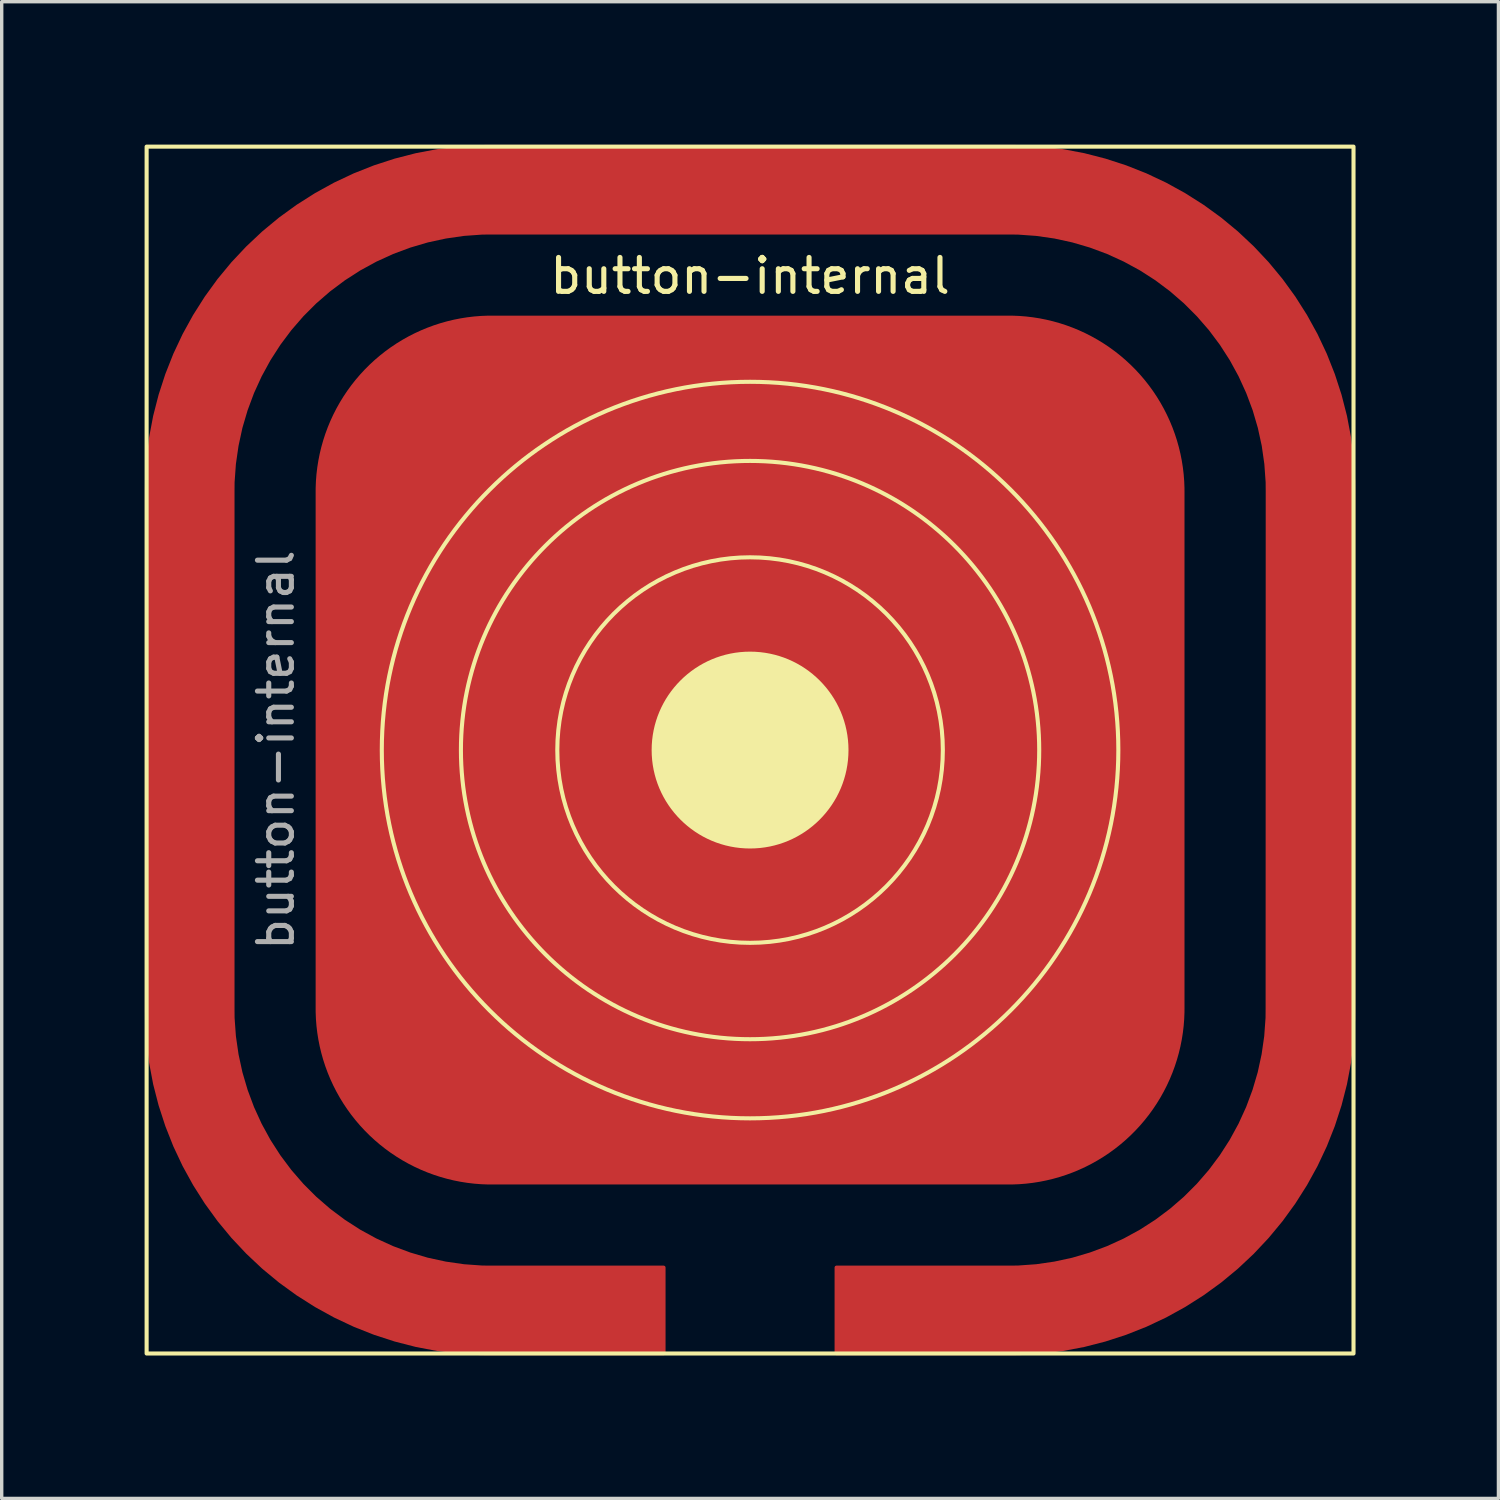
<source format=kicad_pcb>
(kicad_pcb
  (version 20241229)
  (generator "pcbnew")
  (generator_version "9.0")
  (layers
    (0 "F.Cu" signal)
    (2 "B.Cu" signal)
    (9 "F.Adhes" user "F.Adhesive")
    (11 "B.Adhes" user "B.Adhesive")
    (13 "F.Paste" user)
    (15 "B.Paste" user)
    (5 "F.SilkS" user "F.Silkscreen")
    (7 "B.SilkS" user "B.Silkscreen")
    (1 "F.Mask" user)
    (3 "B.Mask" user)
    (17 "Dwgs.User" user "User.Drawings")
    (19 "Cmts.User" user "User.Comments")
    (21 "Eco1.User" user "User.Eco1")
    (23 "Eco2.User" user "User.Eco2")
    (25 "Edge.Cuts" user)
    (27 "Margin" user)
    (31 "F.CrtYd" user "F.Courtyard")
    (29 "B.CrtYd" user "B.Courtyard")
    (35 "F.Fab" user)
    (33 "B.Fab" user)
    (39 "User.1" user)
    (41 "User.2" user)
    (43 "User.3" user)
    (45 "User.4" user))
  (footprint "button-internal"
    (layer "F.Cu")
    (at 19.05 19.05)
    (property "Reference" "button-internal" (at 0 -13.97 0) (unlocked yes) (layer "F.SilkS") (effects (font (size 1 1) (thickness 0.15))))
    (attr smd)
    (fp_rect (start -17.78 -17.78) (end 17.78 17.78) (stroke (width 0.12) (type solid)) (fill no) (layer "F.SilkS"))
    (fp_circle (center 0 0) (end 2.84 0) (stroke (width 0.12) (type solid)) (fill yes) (layer "F.SilkS"))
    (fp_circle (center 0 0) (end 5.08 -2.54) (stroke (width 0.12) (type solid)) (fill no) (layer "F.SilkS"))
    (fp_circle (center 0 0) (end 7.62 -3.81) (stroke (width 0.12) (type solid)) (fill no) (layer "F.SilkS"))
    (fp_circle (center 0 0) (end 10.16 -3.81) (stroke (width 0.12) (type solid)) (fill no) (layer "F.SilkS"))
    (fp_text user "${REFERENCE}" (at -13.97 0 90) (unlocked yes) (layer "F.Fab") (effects (font (size 1 1) (thickness 0.15))))
    (pad "1" smd custom (at 0 0) (size 25 25) (layers "F.Cu" "F.Mask" "F.Paste") (options (anchor circle)) (primitives (gr_poly (pts (xy -12.5 -2.5) (xy -12.48 -3.128) (xy -12.421 -3.753) (xy -12.323 -4.374) (xy -12.186 -4.987) (xy -12.011 -5.59) (xy -11.798 -6.181) (xy -11.548 -6.758) (xy -11.263 -7.318) (xy -10.943 -7.858) (xy -10.59 -8.378) (xy -10.205 -8.874) (xy -9.79 -9.345) (xy -9.345 -9.79) (xy -8.874 -10.205) (xy -8.378 -10.59) (xy -7.858 -10.943) (xy -7.318 -11.263) (xy -6.758 -11.548) (xy -6.181 -11.798) (xy -5.59 -12.011) (xy -4.987 -12.186) (xy -4.374 -12.323) (xy -3.753 -12.421) (xy -3.128 -12.48) (xy -2.5 -12.5) (xy 2.5 -12.5) (xy 3.128 -12.48) (xy 3.753 -12.421) (xy 4.374 -12.323) (xy 4.987 -12.186) (xy 5.59 -12.011) (xy 6.181 -11.798) (xy 6.758 -11.548) (xy 7.318 -11.263) (xy 7.858 -10.943) (xy 8.378 -10.59) (xy 8.874 -10.205) (xy 9.345 -9.79) (xy 9.79 -9.345) (xy 10.205 -8.874) (xy 10.59 -8.378) (xy 10.943 -7.858) (xy 11.263 -7.318) (xy 11.548 -6.758) (xy 11.798 -6.181) (xy 12.011 -5.59) (xy 12.186 -4.987) (xy 12.323 -4.374) (xy 12.421 -3.753) (xy 12.48 -3.128) (xy 12.5 -2.5) (xy 12.5 2.5) (xy 12.48 3.128) (xy 12.421 3.753) (xy 12.323 4.374) (xy 12.186 4.987) (xy 12.011 5.59) (xy 11.798 6.181) (xy 11.548 6.758) (xy 11.263 7.318) (xy 10.943 7.858) (xy 10.59 8.378) (xy 10.205 8.874) (xy 9.79 9.345) (xy 9.345 9.79) (xy 8.874 10.205) (xy 8.378 10.59) (xy 7.858 10.943) (xy 7.318 11.263) (xy 6.758 11.548) (xy 6.181 11.798) (xy 5.59 12.011) (xy 4.987 12.186) (xy 4.374 12.323) (xy 3.753 12.421) (xy 3.128 12.48) (xy 2.5 12.5) (xy -2.5 12.5) (xy -3.128 12.48) (xy -3.753 12.421) (xy -4.374 12.323) (xy -4.987 12.186) (xy -5.59 12.011) (xy -6.181 11.798) (xy -6.758 11.548) (xy -7.318 11.263) (xy -7.858 10.943) (xy -8.378 10.59) (xy -8.874 10.205) (xy -9.345 9.79) (xy -9.79 9.345) (xy -10.205 8.874) (xy -10.59 8.378) (xy -10.943 7.858) (xy -11.263 7.318) (xy -11.548 6.758) (xy -11.798 6.181) (xy -12.011 5.59) (xy -12.186 4.987) (xy -12.323 4.374) (xy -12.421 3.753) (xy -12.48 3.128) (xy -12.5 2.5)) (width 0) (fill yes)) (gr_poly (pts (arc (start -12.7 7.62) (mid -11.212102 11.212102) (end -7.62 12.7)) (arc (start 7.62 12.7) (mid 11.212102 11.212102) (end 12.7 7.62)) (arc (start 12.7 -7.62) (mid 11.212102 -11.212102) (end 7.62 -12.7)) (arc (start -7.62 -12.7) (mid -11.212102 -11.212102) (end -12.7 -7.62))) (width 0.2) (fill yes))))
    (pad "2" smd custom (at 3.81 16.51) (size 2.4 2.4) (layers "F.Cu" "F.Mask" "F.Paste") (options (anchor circle)) (primitives (gr_poly (pts (xy -1.2 -0.24) (xy -1.185 -0.41) (xy -1.131 -0.597) (xy -1.041 -0.768) (xy -0.919 -0.919) (xy -0.768 -1.041) (xy -0.597 -1.131) (xy -0.41 -1.185) (xy -0.24 -1.2) (xy 0.24 -1.2) (xy 0.41 -1.185) (xy 0.597 -1.131) (xy 0.768 -1.041) (xy 0.919 -0.919) (xy 1.041 -0.768) (xy 1.131 -0.597) (xy 1.185 -0.41) (xy 1.2 -0.24) (xy 1.2 0.24) (xy 1.185 0.41) (xy 1.131 0.597) (xy 1.041 0.768) (xy 0.919 0.919) (xy 0.768 1.041) (xy 0.597 1.131) (xy 0.41 1.185) (xy 0.24 1.2) (xy -0.24 1.2) (xy -0.41 1.185) (xy -0.597 1.131) (xy -0.768 1.041) (xy -0.919 0.919) (xy -1.041 0.768) (xy -1.131 0.597) (xy -1.185 0.41) (xy -1.2 0.24)) (width 0) (fill yes)) (gr_poly (pts (xy 3.81 -1.27) (xy -1.27 -1.27) (xy -1.27 1.27) (xy 3.81 1.27) (xy 4.129 1.268) (xy 4.766 1.227) (xy 5.4 1.147) (xy 6.027 1.028) (xy 6.645 0.869) (xy 7.252 0.672) (xy 7.846 0.437) (xy 8.424 0.165) (xy 8.983 -0.143) (xy 9.522 -0.485) (xy 10.039 -0.86) (xy 10.531 -1.267) (xy 10.996 -1.704) (xy 11.433 -2.169) (xy 11.84 -2.661) (xy 12.215 -3.178) (xy 12.557 -3.717) (xy 12.865 -4.276) (xy 13.137 -4.854) (xy 13.372 -5.448) (xy 13.569 -6.055) (xy 13.728 -6.673) (xy 13.847 -7.3) (xy 13.927 -7.934) (xy 13.968 -8.571) (xy 13.97 -8.89) (xy 13.97 -24.13) (xy 13.968 -24.449) (xy 13.927 -25.086) (xy 13.847 -25.72) (xy 13.728 -26.347) (xy 13.569 -26.965) (xy 13.372 -27.572) (xy 13.137 -28.166) (xy 12.865 -28.744) (xy 12.557 -29.303) (xy 12.215 -29.842) (xy 11.84 -30.359) (xy 11.433 -30.851) (xy 10.996 -31.316) (xy 10.531 -31.753) (xy 10.039 -32.16) (xy 9.522 -32.535) (xy 8.983 -32.877) (xy 8.424 -33.185) (xy 7.846 -33.457) (xy 7.252 -33.692) (xy 6.645 -33.889) (xy 6.027 -34.048) (xy 5.4 -34.167) (xy 4.766 -34.247) (xy 4.129 -34.288) (xy 3.81 -34.29) (xy -11.43 -34.29) (xy -11.749 -34.288) (xy -12.386 -34.247) (xy -13.02 -34.167) (xy -13.647 -34.048) (xy -14.265 -33.889) (xy -14.872 -33.692) (xy -15.466 -33.457) (xy -16.044 -33.185) (xy -16.603 -32.877) (xy -17.142 -32.535) (xy -17.659 -32.16) (xy -18.151 -31.753) (xy -18.616 -31.316) (xy -19.053 -30.851) (xy -19.46 -30.359) (xy -19.835 -29.842) (xy -20.177 -29.303) (xy -20.485 -28.744) (xy -20.757 -28.166) (xy -20.992 -27.572) (xy -21.189 -26.965) (xy -21.348 -26.347) (xy -21.467 -25.72) (xy -21.547 -25.086) (xy -21.588 -24.449) (xy -21.59 -24.13) (xy -21.59 -8.89) (xy -21.588 -8.571) (xy -21.547 -7.934) (xy -21.467 -7.3) (xy -21.348 -6.673) (xy -21.189 -6.055) (xy -20.992 -5.448) (xy -20.757 -4.854) (xy -20.485 -4.276) (xy -20.177 -3.717) (xy -19.835 -3.178) (xy -19.46 -2.661) (xy -19.053 -2.169) (xy -18.616 -1.704) (xy -18.151 -1.267) (xy -17.659 -0.86) (xy -17.142 -0.485) (xy -16.603 -0.143) (xy -16.044 0.165) (xy -15.466 0.437) (xy -14.872 0.672) (xy -14.265 0.869) (xy -13.647 1.028) (xy -13.02 1.147) (xy -12.386 1.227) (xy -11.749 1.268) (xy -11.43 1.27) (xy -6.35 1.27) (xy -6.35 -1.27) (xy -11.43 -1.27) (xy -11.702 -1.272) (xy -12.245 -1.311) (xy -12.783 -1.389) (xy -13.315 -1.504) (xy -13.837 -1.658) (xy -14.347 -1.848) (xy -14.842 -2.074) (xy -15.32 -2.335) (xy -15.777 -2.629) (xy -16.213 -2.955) (xy -16.624 -3.311) (xy -17.009 -3.696) (xy -17.365 -4.107) (xy -17.691 -4.543) (xy -17.985 -5) (xy -18.246 -5.478) (xy -18.472 -5.973) (xy -18.662 -6.483) (xy -18.816 -7.005) (xy -18.931 -7.537) (xy -19.009 -8.075) (xy -19.048 -8.618) (xy -19.05 -8.89) (xy -19.05 -24.13) (xy -19.048 -24.402) (xy -19.009 -24.945) (xy -18.931 -25.483) (xy -18.816 -26.015) (xy -18.662 -26.537) (xy -18.472 -27.047) (xy -18.246 -27.542) (xy -17.985 -28.02) (xy -17.691 -28.477) (xy -17.365 -28.913) (xy -17.009 -29.324) (xy -16.624 -29.709) (xy -16.213 -30.065) (xy -15.777 -30.391) (xy -15.32 -30.685) (xy -14.842 -30.946) (xy -14.347 -31.172) (xy -13.837 -31.362) (xy -13.315 -31.516) (xy -12.783 -31.631) (xy -12.245 -31.709) (xy -11.702 -31.748) (xy -11.43 -31.75) (xy 3.81 -31.75) (xy 4.082 -31.748) (xy 4.625 -31.709) (xy 5.164 -31.632) (xy 5.696 -31.516) (xy 6.218 -31.363) (xy 6.728 -31.173) (xy 7.223 -30.947) (xy 7.701 -30.687) (xy 8.159 -30.393) (xy 8.595 -30.066) (xy 9.006 -29.71) (xy 9.391 -29.325) (xy 9.748 -28.914) (xy 10.074 -28.478) (xy 10.368 -28.021) (xy 10.629 -27.543) (xy 10.855 -27.048) (xy 11.046 -26.538) (xy 11.199 -26.016) (xy 11.315 -25.484) (xy 11.392 -24.945) (xy 11.431 -24.402) (xy 11.433 -24.13) (xy 11.43 -8.89) (xy 11.428 -8.618) (xy 11.389 -8.075) (xy 11.311 -7.537) (xy 11.196 -7.005) (xy 11.042 -6.483) (xy 10.852 -5.973) (xy 10.626 -5.478) (xy 10.365 -5) (xy 10.071 -4.543) (xy 9.745 -4.107) (xy 9.389 -3.696) (xy 9.004 -3.311) (xy 8.593 -2.955) (xy 8.157 -2.629) (xy 7.7 -2.335) (xy 7.222 -2.074) (xy 6.727 -1.848) (xy 6.217 -1.658) (xy 5.695 -1.504) (xy 5.163 -1.389) (xy 4.625 -1.311) (xy 4.082 -1.272)) (width 0.1) (fill yes))))
    (zone (net_name "") (layers "F.Cu" "B.Cu") (hatch edge 0.508) (connect_pads) (min_thickness 0.254) (filled_areas_thickness no) (keepout (tracks allowed) (vias not_allowed) (pads not_allowed) (copperpour not_allowed) (footprints allowed)) (placement (enabled no)) (fill) (polygon (pts (xy 38.1 38.1) (xy 0 38.1) (xy 0 0) (xy 38.1 0)))))
  (gr_rect
    (start -3 -3)
    (end 41.1 41.1)
    (stroke (width 0.1) (type default))
    (fill no)
    (layer "Edge.Cuts")))
</source>
